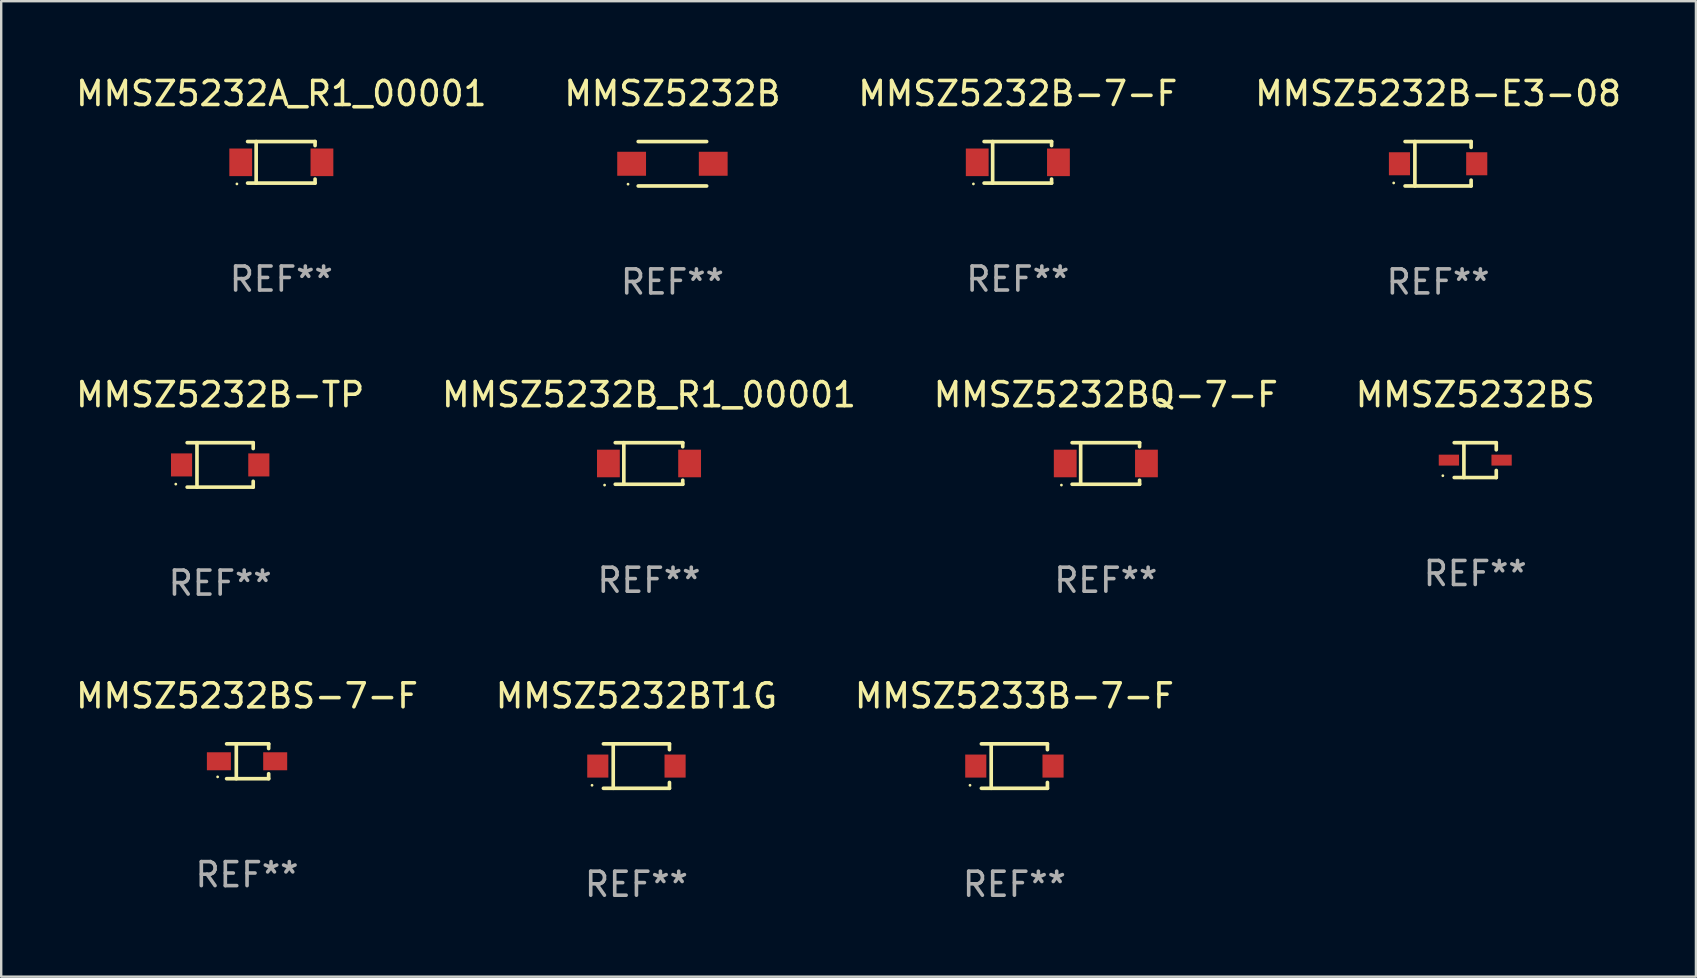
<source format=kicad_pcb>
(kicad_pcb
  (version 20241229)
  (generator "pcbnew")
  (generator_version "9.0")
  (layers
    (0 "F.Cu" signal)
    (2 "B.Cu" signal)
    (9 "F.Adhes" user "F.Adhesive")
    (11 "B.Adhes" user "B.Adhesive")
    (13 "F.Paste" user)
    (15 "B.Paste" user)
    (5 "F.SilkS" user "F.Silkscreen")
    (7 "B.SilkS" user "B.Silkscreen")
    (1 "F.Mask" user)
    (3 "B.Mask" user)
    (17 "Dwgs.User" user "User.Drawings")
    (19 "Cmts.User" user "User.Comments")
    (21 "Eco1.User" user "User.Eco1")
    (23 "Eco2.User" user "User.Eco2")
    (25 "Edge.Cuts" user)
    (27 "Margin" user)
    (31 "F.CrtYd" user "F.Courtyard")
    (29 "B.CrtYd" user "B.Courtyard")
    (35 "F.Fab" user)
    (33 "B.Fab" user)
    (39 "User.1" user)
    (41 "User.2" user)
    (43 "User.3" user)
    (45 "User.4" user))
  (footprint "MMSZ5232BQ-7-F"
    (layer "F.Cu")
    (at 43.03 16.263)
    (property "Reference" "MMSZ5232BQ-7-F" (at 0 -2.866 0) (layer "F.SilkS") (effects (font (size 1 1) (thickness 0.15))))
    (attr through_hole)
    (fp_line (start -1.406 -0.866) (end 1.406 -0.866) (stroke (width 0.152) (type solid)) (layer "F.SilkS"))
    (fp_line (start -1.406 0.866) (end 1.406 0.866) (stroke (width 0.152) (type solid)) (layer "F.SilkS"))
    (fp_line (start -1.049 -0.866) (end -1.049 0.866) (stroke (width 0.152) (type solid)) (layer "F.SilkS"))
    (fp_line (start 1.406 -0.866) (end 1.406 -0.698) (stroke (width 0.152) (type solid)) (layer "F.SilkS"))
    (fp_line (start 1.406 0.866) (end 1.406 0.698) (stroke (width 0.152) (type solid)) (layer "F.SilkS"))
    (fp_circle (center -1.851 0.9) (end -1.821 0.9) (stroke (width 0.06) (type solid)) (fill no) (layer "F.SilkS"))
    (fp_text user "REF**" (at 0 4.866 0) (layer "F.Fab") (effects (font (size 1 1) (thickness 0.15))))
    (pad "1" smd rect (at -1.692 0) (size 0.95 1.15) (layers "F.Cu" "F.Mask" "F.Paste"))
    (pad "2" smd rect (at 1.692 0) (size 0.95 1.15) (layers "F.Cu" "F.Mask" "F.Paste")))
  (footprint "MMSZ5232B"
    (layer "F.Cu")
    (at 24.97 3.774)
    (property "Reference" "MMSZ5232B" (at 0 -2.926 0) (layer "F.SilkS") (effects (font (size 1 1) (thickness 0.15))))
    (attr through_hole)
    (fp_line (start -1.426 -0.926) (end 1.426 -0.926) (stroke (width 0.152) (type solid)) (layer "F.SilkS"))
    (fp_line (start -1.426 0.926) (end 1.426 0.926) (stroke (width 0.152) (type solid)) (layer "F.SilkS"))
    (fp_circle (center -1.85 0.85) (end -1.82 0.85) (stroke (width 0.06) (type solid)) (fill no) (layer "F.SilkS"))
    (fp_text user "REF**" (at 0 4.926 0) (layer "F.Fab") (effects (font (size 1 1) (thickness 0.15))))
    (pad "1" smd rect (at -1.7 0.000013) (size 1.2 1) (layers "F.Cu" "F.Mask" "F.Paste"))
    (pad "2" smd rect (at 1.7 0.000013) (size 1.2 1) (layers "F.Cu" "F.Mask" "F.Paste")))
  (footprint "MMSZ5232B-E3-08"
    (layer "F.Cu")
    (at 56.875 3.774)
    (property "Reference" "MMSZ5232B-E3-08" (at 0 -2.926 0) (layer "F.SilkS") (effects (font (size 1 1) (thickness 0.15))))
    (attr through_hole)
    (fp_line (start -1.376 -0.926) (end 1.376 -0.926) (stroke (width 0.152) (type solid)) (layer "F.SilkS"))
    (fp_line (start -1.376 0.926) (end 1.376 0.926) (stroke (width 0.152) (type solid)) (layer "F.SilkS"))
    (fp_line (start -0.967 -0.926) (end -0.967 0.926) (stroke (width 0.152) (type solid)) (layer "F.SilkS"))
    (fp_line (start 1.376 -0.926) (end 1.376 -0.683) (stroke (width 0.152) (type solid)) (layer "F.SilkS"))
    (fp_line (start 1.376 0.926) (end 1.376 0.683) (stroke (width 0.152) (type solid)) (layer "F.SilkS"))
    (fp_circle (center -1.85 0.8) (end -1.82 0.8) (stroke (width 0.06) (type solid)) (fill no) (layer "F.SilkS"))
    (fp_text user "REF**" (at 0 4.926 0) (layer "F.Fab") (effects (font (size 1 1) (thickness 0.15))))
    (pad "1" smd rect (at -1.61 0) (size 0.88 0.96) (layers "F.Cu" "F.Mask" "F.Paste"))
    (pad "2" smd rect (at 1.61 0) (size 0.88 0.96) (layers "F.Cu" "F.Mask" "F.Paste")))
  (footprint "MMSZ5232B-TP"
    (layer "F.Cu")
    (at 6.125 16.323)
    (property "Reference" "MMSZ5232B-TP" (at 0 -2.926 0) (layer "F.SilkS") (effects (font (size 1 1) (thickness 0.15))))
    (attr through_hole)
    (fp_line (start -1.376 -0.926) (end 1.376 -0.926) (stroke (width 0.152) (type solid)) (layer "F.SilkS"))
    (fp_line (start -1.376 0.926) (end 1.376 0.926) (stroke (width 0.152) (type solid)) (layer "F.SilkS"))
    (fp_line (start -0.967 -0.926) (end -0.967 0.926) (stroke (width 0.152) (type solid)) (layer "F.SilkS"))
    (fp_line (start 1.376 -0.926) (end 1.376 -0.683) (stroke (width 0.152) (type solid)) (layer "F.SilkS"))
    (fp_line (start 1.376 0.926) (end 1.376 0.683) (stroke (width 0.152) (type solid)) (layer "F.SilkS"))
    (fp_circle (center -1.85 0.8) (end -1.82 0.8) (stroke (width 0.06) (type solid)) (fill no) (layer "F.SilkS"))
    (fp_text user "REF**" (at 0 4.926 0) (layer "F.Fab") (effects (font (size 1 1) (thickness 0.15))))
    (pad "1" smd rect (at -1.61 0) (size 0.88 0.96) (layers "F.Cu" "F.Mask" "F.Paste"))
    (pad "2" smd rect (at 1.61 0) (size 0.88 0.96) (layers "F.Cu" "F.Mask" "F.Paste")))
  (footprint "MMSZ5233B-7-F"
    (layer "F.Cu")
    (at 39.22 28.872)
    (property "Reference" "MMSZ5233B-7-F" (at 0 -2.926 0) (layer "F.SilkS") (effects (font (size 1 1) (thickness 0.15))))
    (attr through_hole)
    (fp_line (start -1.376 -0.926) (end 1.376 -0.926) (stroke (width 0.152) (type solid)) (layer "F.SilkS"))
    (fp_line (start -1.376 0.926) (end 1.376 0.926) (stroke (width 0.152) (type solid)) (layer "F.SilkS"))
    (fp_line (start -0.967 -0.926) (end -0.967 0.926) (stroke (width 0.152) (type solid)) (layer "F.SilkS"))
    (fp_line (start 1.376 -0.926) (end 1.376 -0.683) (stroke (width 0.152) (type solid)) (layer "F.SilkS"))
    (fp_line (start 1.376 0.926) (end 1.376 0.683) (stroke (width 0.152) (type solid)) (layer "F.SilkS"))
    (fp_circle (center -1.85 0.8) (end -1.82 0.8) (stroke (width 0.06) (type solid)) (fill no) (layer "F.SilkS"))
    (fp_text user "REF**" (at 0 4.926 0) (layer "F.Fab") (effects (font (size 1 1) (thickness 0.15))))
    (pad "1" smd rect (at -1.61 0) (size 0.88 0.96) (layers "F.Cu" "F.Mask" "F.Paste"))
    (pad "2" smd rect (at 1.61 0) (size 0.88 0.96) (layers "F.Cu" "F.Mask" "F.Paste")))
  (footprint "MMSZ5232A_R1_00001"
    (layer "F.Cu")
    (at 8.673 3.714)
    (property "Reference" "MMSZ5232A_R1_00001" (at 0 -2.866 0) (layer "F.SilkS") (effects (font (size 1 1) (thickness 0.15))))
    (attr through_hole)
    (fp_line (start -1.406 -0.866) (end 1.406 -0.866) (stroke (width 0.152) (type solid)) (layer "F.SilkS"))
    (fp_line (start -1.406 0.866) (end 1.406 0.866) (stroke (width 0.152) (type solid)) (layer "F.SilkS"))
    (fp_line (start -1.049 -0.866) (end -1.049 0.866) (stroke (width 0.152) (type solid)) (layer "F.SilkS"))
    (fp_line (start 1.406 -0.866) (end 1.406 -0.698) (stroke (width 0.152) (type solid)) (layer "F.SilkS"))
    (fp_line (start 1.406 0.866) (end 1.406 0.698) (stroke (width 0.152) (type solid)) (layer "F.SilkS"))
    (fp_circle (center -1.851 0.9) (end -1.821 0.9) (stroke (width 0.06) (type solid)) (fill no) (layer "F.SilkS"))
    (fp_text user "REF**" (at 0 4.866 0) (layer "F.Fab") (effects (font (size 1 1) (thickness 0.15))))
    (pad "1" smd rect (at -1.692 0) (size 0.95 1.15) (layers "F.Cu" "F.Mask" "F.Paste"))
    (pad "2" smd rect (at 1.692 0) (size 0.95 1.15) (layers "F.Cu" "F.Mask" "F.Paste")))
  (footprint "MMSZ5232B-7-F"
    (layer "F.Cu")
    (at 39.363 3.714)
    (property "Reference" "MMSZ5232B-7-F" (at 0 -2.866 0) (layer "F.SilkS") (effects (font (size 1 1) (thickness 0.15))))
    (attr through_hole)
    (fp_line (start -1.406 -0.866) (end 1.406 -0.866) (stroke (width 0.152) (type solid)) (layer "F.SilkS"))
    (fp_line (start -1.406 0.866) (end 1.406 0.866) (stroke (width 0.152) (type solid)) (layer "F.SilkS"))
    (fp_line (start -1.049 -0.866) (end -1.049 0.866) (stroke (width 0.152) (type solid)) (layer "F.SilkS"))
    (fp_line (start 1.406 -0.866) (end 1.406 -0.698) (stroke (width 0.152) (type solid)) (layer "F.SilkS"))
    (fp_line (start 1.406 0.866) (end 1.406 0.698) (stroke (width 0.152) (type solid)) (layer "F.SilkS"))
    (fp_circle (center -1.851 0.9) (end -1.821 0.9) (stroke (width 0.06) (type solid)) (fill no) (layer "F.SilkS"))
    (fp_text user "REF**" (at 0 4.866 0) (layer "F.Fab") (effects (font (size 1 1) (thickness 0.15))))
    (pad "1" smd rect (at -1.692 0) (size 0.95 1.15) (layers "F.Cu" "F.Mask" "F.Paste"))
    (pad "2" smd rect (at 1.692 0) (size 0.95 1.15) (layers "F.Cu" "F.Mask" "F.Paste")))
  (footprint "MMSZ5232BS-7-F"
    (layer "F.Cu")
    (at 7.244 28.672)
    (property "Reference" "MMSZ5232BS-7-F" (at 0 -2.726 0) (layer "F.SilkS") (effects (font (size 1 1) (thickness 0.15))))
    (attr through_hole)
    (fp_line (start -0.851 -0.726) (end 0.901 -0.726) (stroke (width 0.152) (type solid)) (layer "F.SilkS"))
    (fp_line (start -0.851 0.726) (end 0.901 0.726) (stroke (width 0.152) (type solid)) (layer "F.SilkS"))
    (fp_line (start -0.447 -0.726) (end -0.447 0.726) (stroke (width 0.152) (type solid)) (layer "F.SilkS"))
    (fp_line (start 0.901 -0.726) (end 0.901 -0.53) (stroke (width 0.152) (type solid)) (layer "F.SilkS"))
    (fp_line (start 0.901 0.726) (end 0.901 0.52) (stroke (width 0.152) (type solid)) (layer "F.SilkS"))
    (fp_circle (center -1.225 0.65) (end -1.195 0.65) (stroke (width 0.06) (type solid)) (fill no) (layer "F.SilkS"))
    (fp_text user "REF**" (at 0 4.726 0) (layer "F.Fab") (effects (font (size 1 1) (thickness 0.15))))
    (pad "1" smd rect (at -1.173 0) (size 1 0.75) (layers "F.Cu" "F.Mask" "F.Paste"))
    (pad "2" smd rect (at 1.173 0) (size 1 0.75) (layers "F.Cu" "F.Mask" "F.Paste")))
  (footprint "MMSZ5232BS"
    (layer "F.Cu")
    (at 58.423 16.123)
    (property "Reference" "MMSZ5232BS" (at 0 -2.726 0) (layer "F.SilkS") (effects (font (size 1 1) (thickness 0.15))))
    (attr through_hole)
    (fp_line (start -0.876 -0.726) (end 0.876 -0.726) (stroke (width 0.152) (type solid)) (layer "F.SilkS"))
    (fp_line (start -0.876 0.726) (end 0.876 0.726) (stroke (width 0.152) (type solid)) (layer "F.SilkS"))
    (fp_line (start -0.472 -0.726) (end -0.472 0.726) (stroke (width 0.152) (type solid)) (layer "F.SilkS"))
    (fp_line (start 0.876 -0.726) (end 0.876 -0.431) (stroke (width 0.152) (type solid)) (layer "F.SilkS"))
    (fp_line (start 0.876 0.726) (end 0.876 0.431) (stroke (width 0.152) (type solid)) (layer "F.SilkS"))
    (fp_circle (center -1.35 0.65) (end -1.32 0.65) (stroke (width 0.06) (type solid)) (fill no) (layer "F.SilkS"))
    (fp_text user "REF**" (at 0 4.726 0) (layer "F.Fab") (effects (font (size 1 1) (thickness 0.15))))
    (pad "1" smd rect (at -1.098 -0.000025 180) (size 0.845 0.455) (layers "F.Cu" "F.Mask" "F.Paste"))
    (pad "2" smd rect (at 1.098 -0.000025 180) (size 0.845 0.455) (layers "F.Cu" "F.Mask" "F.Paste")))
  (footprint "MMSZ5232BT1G"
    (layer "F.Cu")
    (at 23.47 28.872)
    (property "Reference" "MMSZ5232BT1G" (at 0 -2.926 0) (layer "F.SilkS") (effects (font (size 1 1) (thickness 0.15))))
    (attr through_hole)
    (fp_line (start -1.376 -0.926) (end 1.376 -0.926) (stroke (width 0.152) (type solid)) (layer "F.SilkS"))
    (fp_line (start -1.376 0.926) (end 1.376 0.926) (stroke (width 0.152) (type solid)) (layer "F.SilkS"))
    (fp_line (start -0.967 -0.926) (end -0.967 0.926) (stroke (width 0.152) (type solid)) (layer "F.SilkS"))
    (fp_line (start 1.376 -0.926) (end 1.376 -0.683) (stroke (width 0.152) (type solid)) (layer "F.SilkS"))
    (fp_line (start 1.376 0.926) (end 1.376 0.683) (stroke (width 0.152) (type solid)) (layer "F.SilkS"))
    (fp_circle (center -1.85 0.8) (end -1.82 0.8) (stroke (width 0.06) (type solid)) (fill no) (layer "F.SilkS"))
    (fp_text user "REF**" (at 0 4.926 0) (layer "F.Fab") (effects (font (size 1 1) (thickness 0.15))))
    (pad "1" smd rect (at -1.61 0) (size 0.88 0.96) (layers "F.Cu" "F.Mask" "F.Paste"))
    (pad "2" smd rect (at 1.61 0) (size 0.88 0.96) (layers "F.Cu" "F.Mask" "F.Paste")))
  (footprint "MMSZ5232B_R1_00001"
    (layer "F.Cu")
    (at 23.994 16.263)
    (property "Reference" "MMSZ5232B_R1_00001" (at 0 -2.866 0) (layer "F.SilkS") (effects (font (size 1 1) (thickness 0.15))))
    (attr through_hole)
    (fp_line (start -1.406 -0.866) (end 1.406 -0.866) (stroke (width 0.152) (type solid)) (layer "F.SilkS"))
    (fp_line (start -1.406 0.866) (end 1.406 0.866) (stroke (width 0.152) (type solid)) (layer "F.SilkS"))
    (fp_line (start -1.049 -0.866) (end -1.049 0.866) (stroke (width 0.152) (type solid)) (layer "F.SilkS"))
    (fp_line (start 1.406 -0.866) (end 1.406 -0.698) (stroke (width 0.152) (type solid)) (layer "F.SilkS"))
    (fp_line (start 1.406 0.866) (end 1.406 0.698) (stroke (width 0.152) (type solid)) (layer "F.SilkS"))
    (fp_circle (center -1.851 0.9) (end -1.821 0.9) (stroke (width 0.06) (type solid)) (fill no) (layer "F.SilkS"))
    (fp_text user "REF**" (at 0 4.866 0) (layer "F.Fab") (effects (font (size 1 1) (thickness 0.15))))
    (pad "1" smd rect (at -1.692 0) (size 0.95 1.15) (layers "F.Cu" "F.Mask" "F.Paste"))
    (pad "2" smd rect (at 1.692 0) (size 0.95 1.15) (layers "F.Cu" "F.Mask" "F.Paste")))
  (gr_rect
    (start -3 -3)
    (end 67.619 37.647)
    (stroke (width 0.1) (type default))
    (fill no)
    (layer "Edge.Cuts")))
</source>
